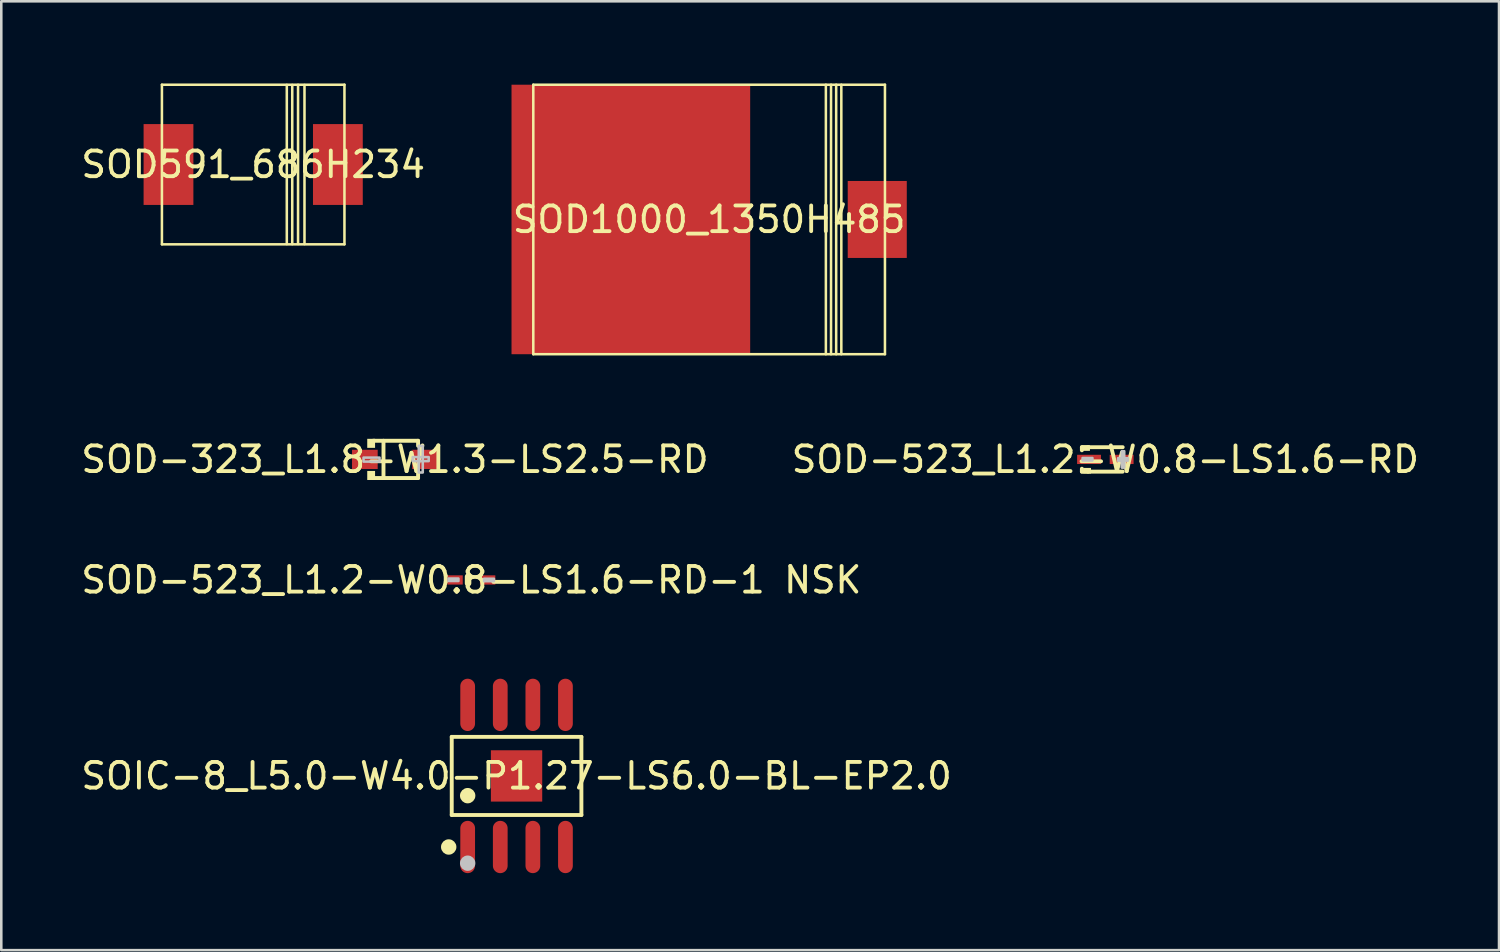
<source format=kicad_pcb>
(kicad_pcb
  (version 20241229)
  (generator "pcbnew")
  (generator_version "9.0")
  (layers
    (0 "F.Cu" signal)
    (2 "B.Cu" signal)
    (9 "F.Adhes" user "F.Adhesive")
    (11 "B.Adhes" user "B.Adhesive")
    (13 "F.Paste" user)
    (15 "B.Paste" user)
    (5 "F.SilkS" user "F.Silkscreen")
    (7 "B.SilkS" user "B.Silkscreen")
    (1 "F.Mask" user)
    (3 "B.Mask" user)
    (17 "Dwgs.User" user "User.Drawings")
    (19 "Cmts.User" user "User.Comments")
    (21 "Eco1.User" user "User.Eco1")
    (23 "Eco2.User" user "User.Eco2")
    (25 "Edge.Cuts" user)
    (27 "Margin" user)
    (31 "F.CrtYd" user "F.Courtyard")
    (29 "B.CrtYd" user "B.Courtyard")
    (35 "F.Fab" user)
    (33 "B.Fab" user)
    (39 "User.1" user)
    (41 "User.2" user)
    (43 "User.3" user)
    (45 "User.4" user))
  (footprint "SOD591_686H234"
    (layer "F.Cu")
    (at 6.815 3.36)
    (property "Reference" "SOD591_686H234" (at 0 0 0) (layer "F.SilkS") (effects (font (size 1 1) (thickness 0.15))))
    (fp_line (start -3.556 3.109) (end -3.556 -3.109) (stroke (width 0.099) (type default)) (layer "F.SilkS"))
    (fp_line (start 1.31 3.099) (end 1.31 -3.102) (stroke (width 0.099) (type default)) (layer "F.SilkS"))
    (fp_line (start 1.522 3.102) (end 1.522 -3.099) (stroke (width 0.099) (type default)) (layer "F.SilkS"))
    (fp_line (start 1.748 3.096) (end 1.748 -3.104) (stroke (width 0.099) (type default)) (layer "F.SilkS"))
    (fp_line (start 1.999 3.099) (end 1.999 -3.099) (stroke (width 0.099) (type default)) (layer "F.SilkS"))
    (fp_line (start 3.556 -3.109) (end -3.556 -3.109) (stroke (width 0.099) (type default)) (layer "F.SilkS"))
    (fp_line (start 3.556 3.109) (end -3.556 3.109) (stroke (width 0.099) (type default)) (layer "F.SilkS"))
    (fp_line (start 3.556 3.109) (end 3.556 -3.109) (stroke (width 0.099) (type default)) (layer "F.SilkS"))
    (fp_line (start -4.471 3.309) (end -4.471 -3.309) (stroke (width 0.025) (type default)) (layer "User.1"))
    (fp_line (start 4.471 -3.309) (end -4.471 -3.309) (stroke (width 0.025) (type default)) (layer "User.1"))
    (fp_line (start 4.471 3.309) (end -4.471 3.309) (stroke (width 0.025) (type default)) (layer "User.1"))
    (fp_line (start 4.471 3.309) (end 4.471 -3.309) (stroke (width 0.025) (type default)) (layer "User.1"))
    (fp_poly (pts (xy -3.556 3.109) (xy -3.556 -3.109) (xy 3.556 -3.109) (xy 3.556 3.109)) (stroke (width 0.1) (type default)) (fill no) (layer "User.1"))
    (fp_poly (pts (xy -3.556 3.109) (xy -3.556 -3.109) (xy 3.556 -3.109) (xy 3.556 3.109)) (stroke (width 0.1) (type default)) (fill no) (layer "User.1"))
    (fp_poly (pts (xy -3.454 -3.309) (xy 4.471 -3.309) (xy 4.471 3.309) (xy -4.471 3.309) (xy -4.471 -3.309) (xy -3.556 -3.309) (xy -3.556 3.109) (xy 3.556 3.109) (xy 3.556 -3.109) (xy -3.454 -3.109)) (stroke (width 0.1) (type default)) (fill no) (layer "User.1"))
    (fp_poly (pts (xy -3.454 -3.309) (xy 4.471 -3.309) (xy 4.471 3.309) (xy -4.471 3.309) (xy -4.471 -3.309) (xy -3.556 -3.309) (xy -3.556 3.109) (xy 3.556 3.109) (xy 3.556 -3.109) (xy -3.454 -3.109)) (stroke (width 0.1) (type default)) (fill no) (layer "User.1"))
    (pad "1" smd rect (at -3.3 0 90) (size 3.15 1.94) (layers "F.Cu" "F.Mask" "F.Paste"))
    (pad "2" smd rect (at 3.3 0 90) (size 3.15 1.94) (layers "F.Cu" "F.Mask" "F.Paste")))
  (footprint "SOD-323_L1.8-W1.3-LS2.5-RD"
    (layer "F.Cu")
    (at 12.339 14.85)
    (property "Reference" "SOD-323_L1.8-W1.3-LS2.5-RD" (at 0 0 0) (layer "F.SilkS") (effects (font (size 1 1) (thickness 0.15))))
    (fp_line (start -0.851 -0.726) (end 0.901 -0.726) (stroke (width 0.152) (type default)) (layer "F.SilkS"))
    (fp_line (start -0.851 0.726) (end 0.901 0.726) (stroke (width 0.152) (type default)) (layer "F.SilkS"))
    (fp_line (start -0.447 -0.726) (end -0.447 0.726) (stroke (width 0.152) (type default)) (layer "F.SilkS"))
    (fp_line (start 0.901 -0.726) (end 0.901 -0.53) (stroke (width 0.152) (type default)) (layer "F.SilkS"))
    (fp_line (start 0.901 0.726) (end 0.901 0.52) (stroke (width 0.152) (type default)) (layer "F.SilkS"))
    (fp_poly (pts (xy -0.775 -0.802) (xy -0.775 -0.45) (xy -1.08 -0.45) (xy -1.08 -0.802)) (stroke (width 0) (type default)) (fill yes) (layer "F.SilkS"))
    (fp_poly (pts (xy -0.775 0.802) (xy -0.775 0.45) (xy -1.08 0.45) (xy -1.08 0.802)) (stroke (width 0) (type default)) (fill yes) (layer "F.SilkS"))
    (fp_poly (pts (xy -1.225 -0.07) (xy -1.225 0.086) (xy -0.601 0.086) (xy -0.601 -0.07)) (stroke (width 0.1) (type default)) (fill no) (layer "Dwgs.User"))
    (fp_poly (pts (xy 1.083 -0.53) (xy 1.083 0.51) (xy 0.927 0.51) (xy 0.927 -0.53)) (stroke (width 0.1) (type default)) (fill no) (layer "Dwgs.User"))
    (fp_poly (pts (xy 1.315 -0.09) (xy 1.315 0.066) (xy 0.691 0.066) (xy 0.691 -0.09)) (stroke (width 0.1) (type default)) (fill no) (layer "Dwgs.User"))
    (fp_poly (pts (xy -0.925 -0.16) (xy -0.925 0.16) (xy -1.225 0.16) (xy -1.225 -0.16)) (stroke (width 0.1) (type default)) (fill no) (layer "User.1"))
    (fp_poly (pts (xy -0.815 -0.16) (xy -0.815 0.16) (xy -0.935 0.16) (xy -0.935 -0.16)) (stroke (width 0.1) (type default)) (fill no) (layer "User.1"))
    (fp_poly (pts (xy 0.985 -0.16) (xy 0.985 0.16) (xy 0.865 0.16) (xy 0.865 -0.16)) (stroke (width 0.1) (type default)) (fill no) (layer "User.1"))
    (fp_poly (pts (xy 1.275 -0.16) (xy 1.275 0.16) (xy 0.975 0.16) (xy 0.975 -0.16)) (stroke (width 0.1) (type default)) (fill no) (layer "User.1"))
    (fp_line (start -0.825 -0.65) (end 0.875 -0.65) (stroke (width 0.051) (type default)) (layer "User.2"))
    (fp_line (start -0.825 0.65) (end -0.825 -0.65) (stroke (width 0.051) (type default)) (layer "User.2"))
    (fp_line (start 0.875 -0.65) (end 0.875 0.65) (stroke (width 0.051) (type default)) (layer "User.2"))
    (fp_line (start 0.875 0.65) (end -0.825 0.65) (stroke (width 0.051) (type default)) (layer "User.2"))
    (fp_poly (pts (xy -1.165 0.65) (xy -1.183 0.608) (xy -1.225 0.59) (xy -1.267 0.608) (xy -1.285 0.65) (xy -1.267 0.692) (xy -1.225 0.71) (xy -1.183 0.692)) (stroke (width 0.1) (type default)) (fill no) (layer "User.3"))
    (pad "1" smd rect (at -1.173 0) (size 1 0.75) (layers "F.Cu" "F.Mask" "F.Paste"))
    (pad "2" smd rect (at 1.173 0) (size 1 0.75) (layers "F.Cu" "F.Mask" "F.Paste")))
  (footprint "SOD-523_L1.2-W0.8-LS1.6-RD"
    (layer "F.Cu")
    (at 40.018 14.85)
    (property "Reference" "SOD-523_L1.2-W0.8-LS1.6-RD" (at 0 0 0) (layer "F.SilkS") (effects (font (size 1 1) (thickness 0.15))))
    (fp_line (start -0.914 -0.476) (end -0.914 -0.355) (stroke (width 0.152) (type default)) (layer "F.SilkS"))
    (fp_line (start -0.914 0.363) (end -0.914 0.476) (stroke (width 0.152) (type default)) (layer "F.SilkS"))
    (fp_line (start -0.914 0.476) (end -0.676 0.476) (stroke (width 0.152) (type default)) (layer "F.SilkS"))
    (fp_line (start -0.676 -0.476) (end -0.914 -0.476) (stroke (width 0.152) (type default)) (layer "F.SilkS"))
    (fp_line (start -0.676 -0.476) (end 0.676 -0.476) (stroke (width 0.152) (type default)) (layer "F.SilkS"))
    (fp_line (start -0.676 0.476) (end 0.676 0.476) (stroke (width 0.152) (type default)) (layer "F.SilkS"))
    (fp_poly (pts (xy -0.6 -0.552) (xy -0.6 -0.333) (xy -0.905 -0.333) (xy -0.905 -0.552)) (stroke (width 0) (type default)) (fill yes) (layer "F.SilkS"))
    (fp_poly (pts (xy -0.559 0.552) (xy -0.559 0.332) (xy -0.865 0.332) (xy -0.865 0.552)) (stroke (width 0) (type default)) (fill yes) (layer "F.SilkS"))
    (fp_poly (pts (xy -0.887 -0.055) (xy -0.887 0.041) (xy -0.503 0.041) (xy -0.503 -0.055)) (stroke (width 0.1) (type default)) (fill no) (layer "Dwgs.User"))
    (fp_poly (pts (xy 0.736 -0.32) (xy 0.736 0.32) (xy 0.64 0.32) (xy 0.64 -0.32)) (stroke (width 0.1) (type default)) (fill no) (layer "Dwgs.User"))
    (fp_poly (pts (xy 0.88 -0.048) (xy 0.88 0.048) (xy 0.496 0.048) (xy 0.496 -0.048)) (stroke (width 0.1) (type default)) (fill no) (layer "Dwgs.User"))
    (fp_poly (pts (xy -0.8 0.15) (xy -0.8 -0.15) (xy -0.2 -0.15) (xy -0.2 0.15)) (stroke (width 0.1) (type default)) (fill no) (layer "User.1"))
    (fp_poly (pts (xy 0.8 0.15) (xy 0.8 -0.15) (xy 0.2 -0.15) (xy 0.2 0.15)) (stroke (width 0.1) (type default)) (fill no) (layer "User.1"))
    (fp_line (start -0.6 -0.4) (end 0.6 -0.4) (stroke (width 0.051) (type default)) (layer "User.2"))
    (fp_line (start -0.6 0.4) (end -0.6 -0.4) (stroke (width 0.051) (type default)) (layer "User.2"))
    (fp_line (start 0.6 -0.4) (end 0.6 0.4) (stroke (width 0.051) (type default)) (layer "User.2"))
    (fp_line (start 0.6 0.4) (end -0.6 0.4) (stroke (width 0.051) (type default)) (layer "User.2"))
    (fp_poly (pts (xy -0.74 0.4) (xy -0.758 0.358) (xy -0.8 0.34) (xy -0.842 0.358) (xy -0.86 0.4) (xy -0.842 0.442) (xy -0.8 0.46) (xy -0.758 0.442)) (stroke (width 0.1) (type default)) (fill no) (layer "User.3"))
    (pad "1" smd rect (at -0.635 0 180) (size 0.93 0.36) (layers "F.Cu" "F.Mask" "F.Paste"))
    (pad "2" smd rect (at 0.635 0 180) (size 0.93 0.36) (layers "F.Cu" "F.Mask" "F.Paste")))
  (footprint "SOIC-8_L5.0-W4.0-P1.27-LS6.0-BL-EP2.0"
    (layer "F.Cu")
    (at 17.077 27.183)
    (property "Reference" "SOIC-8_L5.0-W4.0-P1.27-LS6.0-BL-EP2.0" (at 0 0 0) (layer "F.SilkS") (effects (font (size 1 1) (thickness 0.15))))
    (fp_line (start -2.526 -1.522) (end 2.526 -1.522) (stroke (width 0.152) (type default)) (layer "F.SilkS"))
    (fp_line (start -2.526 1.522) (end -2.526 -1.522) (stroke (width 0.152) (type default)) (layer "F.SilkS"))
    (fp_line (start 2.526 -1.522) (end 2.526 1.522) (stroke (width 0.152) (type default)) (layer "F.SilkS"))
    (fp_line (start 2.526 1.522) (end -2.526 1.522) (stroke (width 0.152) (type default)) (layer "F.SilkS"))
    (fp_circle (center -2.644 2.769) (end -2.494 2.769) (stroke (width 0.3) (type default)) (fill no) (layer "F.SilkS"))
    (fp_circle (center -1.905 0.769) (end -1.755 0.769) (stroke (width 0.3) (type default)) (fill no) (layer "F.SilkS"))
    (fp_circle (center -1.905 3.4) (end -1.755 3.4) (stroke (width 0.3) (type default)) (fill no) (layer "Dwgs.User"))
    (fp_poly (pts (xy -2.11 -3) (xy -2.11 -2.165) (xy -1.7 -2.165) (xy -1.7 -3)) (stroke (width 0.1) (type default)) (fill no) (layer "User.1"))
    (fp_poly (pts (xy -2.11 -2.175) (xy -2.11 -1.94) (xy -1.7 -1.94) (xy -1.7 -2.175)) (stroke (width 0.1) (type default)) (fill no) (layer "User.1"))
    (fp_poly (pts (xy -2.11 2.175) (xy -2.11 1.94) (xy -1.7 1.94) (xy -1.7 2.175)) (stroke (width 0.1) (type default)) (fill no) (layer "User.1"))
    (fp_poly (pts (xy -2.11 3) (xy -2.11 2.165) (xy -1.7 2.165) (xy -1.7 3)) (stroke (width 0.1) (type default)) (fill no) (layer "User.1"))
    (fp_poly (pts (xy -1 1) (xy -1 -1) (xy 1 -1) (xy 1 1)) (stroke (width 0.1) (type default)) (fill no) (layer "User.1"))
    (fp_poly (pts (xy -0.84 -3) (xy -0.84 -2.165) (xy -0.43 -2.165) (xy -0.43 -3)) (stroke (width 0.1) (type default)) (fill no) (layer "User.1"))
    (fp_poly (pts (xy -0.84 -2.175) (xy -0.84 -1.94) (xy -0.43 -1.94) (xy -0.43 -2.175)) (stroke (width 0.1) (type default)) (fill no) (layer "User.1"))
    (fp_poly (pts (xy -0.84 2.175) (xy -0.84 1.94) (xy -0.43 1.94) (xy -0.43 2.175)) (stroke (width 0.1) (type default)) (fill no) (layer "User.1"))
    (fp_poly (pts (xy -0.84 3) (xy -0.84 2.165) (xy -0.43 2.165) (xy -0.43 3)) (stroke (width 0.1) (type default)) (fill no) (layer "User.1"))
    (fp_poly (pts (xy 0.43 -3) (xy 0.43 -2.165) (xy 0.84 -2.165) (xy 0.84 -3)) (stroke (width 0.1) (type default)) (fill no) (layer "User.1"))
    (fp_poly (pts (xy 0.43 -2.175) (xy 0.43 -1.94) (xy 0.84 -1.94) (xy 0.84 -2.175)) (stroke (width 0.1) (type default)) (fill no) (layer "User.1"))
    (fp_poly (pts (xy 0.43 2.175) (xy 0.43 1.94) (xy 0.84 1.94) (xy 0.84 2.175)) (stroke (width 0.1) (type default)) (fill no) (layer "User.1"))
    (fp_poly (pts (xy 0.43 3) (xy 0.43 2.165) (xy 0.84 2.165) (xy 0.84 3)) (stroke (width 0.1) (type default)) (fill no) (layer "User.1"))
    (fp_poly (pts (xy 1.7 -3) (xy 1.7 -2.165) (xy 2.11 -2.165) (xy 2.11 -3)) (stroke (width 0.1) (type default)) (fill no) (layer "User.1"))
    (fp_poly (pts (xy 1.7 -2.175) (xy 1.7 -1.94) (xy 2.11 -1.94) (xy 2.11 -2.175)) (stroke (width 0.1) (type default)) (fill no) (layer "User.1"))
    (fp_poly (pts (xy 1.7 2.175) (xy 1.7 1.94) (xy 2.11 1.94) (xy 2.11 2.175)) (stroke (width 0.1) (type default)) (fill no) (layer "User.1"))
    (fp_poly (pts (xy 1.7 3) (xy 1.7 2.165) (xy 2.11 2.165) (xy 2.11 3)) (stroke (width 0.1) (type default)) (fill no) (layer "User.1"))
    (fp_line (start -2.45 -1.95) (end 2.45 -1.95) (stroke (width 0.051) (type default)) (layer "User.2"))
    (fp_line (start -2.45 1.95) (end -2.45 -1.95) (stroke (width 0.051) (type default)) (layer "User.2"))
    (fp_line (start 2.45 -1.95) (end 2.45 1.95) (stroke (width 0.051) (type default)) (layer "User.2"))
    (fp_line (start 2.45 1.95) (end -2.45 1.95) (stroke (width 0.051) (type default)) (layer "User.2"))
    (fp_poly (pts (xy -2.39 3) (xy -2.408 2.958) (xy -2.45 2.94) (xy -2.492 2.958) (xy -2.51 3) (xy -2.492 3.042) (xy -2.45 3.06) (xy -2.408 3.042)) (stroke (width 0.1) (type default)) (fill no) (layer "User.3"))
    (pad "1" smd oval (at -1.905 2.769) (size 0.574 2.038) (layers "F.Cu" "F.Mask" "F.Paste"))
    (pad "2" smd oval (at -0.635 2.769) (size 0.574 2.038) (layers "F.Cu" "F.Mask" "F.Paste"))
    (pad "3" smd oval (at 0.635 2.769) (size 0.574 2.038) (layers "F.Cu" "F.Mask" "F.Paste"))
    (pad "4" smd oval (at 1.905 2.769) (size 0.574 2.038) (layers "F.Cu" "F.Mask" "F.Paste"))
    (pad "5" smd oval (at 1.905 -2.769) (size 0.574 2.038) (layers "F.Cu" "F.Mask" "F.Paste"))
    (pad "6" smd oval (at 0.635 -2.769) (size 0.574 2.038) (layers "F.Cu" "F.Mask" "F.Paste"))
    (pad "7" smd oval (at -0.635 -2.769) (size 0.574 2.038) (layers "F.Cu" "F.Mask" "F.Paste"))
    (pad "8" smd oval (at -1.905 -2.769) (size 0.574 2.038) (layers "F.Cu" "F.Mask" "F.Paste"))
    (pad "9" smd rect (at 0 0) (size 2 2) (layers "F.Cu" "F.Mask" "F.Paste")))
  (footprint "SOD1000_1350H485"
    (layer "F.Cu")
    (at 24.58 5.501)
    (property "Reference" "SOD1000_1350H485" (at 0 0 0) (layer "F.SilkS") (effects (font (size 1 1) (thickness 0.15))))
    (fp_line (start -6.851 -5.25) (end -6.851 5.25) (stroke (width 0.099) (type default)) (layer "F.SilkS"))
    (fp_line (start 4.549 -5.25) (end 4.549 5.25) (stroke (width 0.099) (type default)) (layer "F.SilkS"))
    (fp_line (start 4.75 -5.25) (end 4.75 5.25) (stroke (width 0.099) (type default)) (layer "F.SilkS"))
    (fp_line (start 4.95 -5.25) (end 4.95 5.25) (stroke (width 0.099) (type default)) (layer "F.SilkS"))
    (fp_line (start 5.151 -5.25) (end 5.151 5.25) (stroke (width 0.099) (type default)) (layer "F.SilkS"))
    (fp_line (start 6.851 -5.25) (end -6.851 -5.25) (stroke (width 0.099) (type default)) (layer "F.SilkS"))
    (fp_line (start 6.851 -5.25) (end 6.851 5.25) (stroke (width 0.099) (type default)) (layer "F.SilkS"))
    (fp_line (start 6.851 5.25) (end -6.851 5.25) (stroke (width 0.099) (type default)) (layer "F.SilkS"))
    (fp_poly (pts (xy -6.551 3.5) (xy -6.551 2.499) (xy -5.601 2.499) (xy -5.601 2.301) (xy -6.551 2.301) (xy -6.551 1.3) (xy -5.601 1.3) (xy -5.601 1.1) (xy -6.551 1.1) (xy -6.551 0.099) (xy -5.601 0.099) (xy -5.601 -0.099) (xy -6.551 -0.099) (xy -6.551 -1.1) (xy -5.601 -1.1) (xy -5.601 -1.3) (xy -6.551 -1.3) (xy -6.551 -2.301) (xy -5.601 -2.301) (xy -5.601 -2.499) (xy -6.551 -2.499) (xy -6.551 -3.5) (xy -5.55 -3.5) (xy -5.55 0.099) (xy -5.352 0.099) (xy -5.301 0.099) (xy -4.399 0.099) (xy -4.399 -0.099) (xy -5.352 -0.099) (xy -5.352 -1.1) (xy -4.399 -1.1) (xy -4.399 -1.3) (xy -5.352 -1.3) (xy -5.352 -3.5) (xy -4.351 -3.5) (xy -4.351 -2.499) (xy -5.301 -2.499) (xy -5.301 -2.301) (xy -4.351 -2.301) (xy -4.351 -0.15) (xy -4.151 -0.15) (xy -4.151 -1.1) (xy -3.15 -1.1) (xy -3.15 -0.15) (xy -2.951 -0.15) (xy -2.951 -1.1) (xy -1.95 -1.1) (xy -1.95 -0.15) (xy -1.75 -0.15) (xy -1.75 -1.1) (xy -0.8 -1.1) (xy -0.8 -1.3) (xy -4.151 -1.3) (xy -4.151 -2.301) (xy -3.2 -2.301) (xy -3.2 -2.499) (xy -4.151 -2.499) (xy -4.151 -3.5) (xy -3.15 -3.5) (xy -3.15 -1.349) (xy -2.951 -1.349) (xy -2.951 -2.304) (xy -2.901 -2.304) (xy -2.901 -2.301) (xy -2.002 -2.301) (xy -2.002 -2.499) (xy -2.86 -2.499) (xy -2.86 -2.502) (xy -2.951 -2.502) (xy -2.951 -3.5) (xy -1.95 -3.5) (xy -1.95 -1.349) (xy -1.75 -1.349) (xy -1.75 -3.5) (xy -0.75 -3.5) (xy -0.75 -2.499) (xy -1.702 -2.499) (xy -1.702 -2.301) (xy -0.75 -2.301) (xy -0.75 0.099) (xy -0.551 0.099) (xy -0.551 -2.499) (xy -0.548 -2.499) (xy -0.548 -2.55) (xy -0.551 -2.55) (xy -0.551 -3.5) (xy 0.45 -3.5) (xy 0.45 -2.499) (xy -0.5 -2.499) (xy -0.5 -2.301) (xy 0.45 -2.301) (xy 0.45 -1.3) (xy -0.5 -1.3) (xy -0.5 -1.1) (xy 0.45 -1.1) (xy 0.45 -0.099) (xy -0.5 -0.099) (xy -0.5 0.099) (xy 0.45 0.099) (xy 0.45 1.1) (xy -0.5 1.1) (xy -0.5 1.3) (xy 0.45 1.3) (xy 0.45 2.301) (xy -0.5 2.301) (xy -0.5 2.499) (xy 0.45 2.499) (xy 0.45 3.5) (xy -0.551 3.5) (xy -0.551 0.15) (xy -0.75 0.15) (xy -0.75 3.5) (xy -1.75 3.5) (xy -1.75 2.499) (xy -0.8 2.499) (xy -0.8 2.301) (xy -2.901 2.301) (xy -2.901 2.499) (xy -1.95 2.499) (xy -1.95 3.5) (xy -2.951 3.5) (xy -2.951 2.301) (xy -3.15 2.301) (xy -3.15 3.5) (xy -4.151 3.5) (xy -4.151 2.499) (xy -3.2 2.499) (xy -3.2 2.301) (xy -4.151 2.301) (xy -4.151 1.3) (xy -3.15 1.3) (xy -3.15 2.251) (xy -2.951 2.251) (xy -2.951 1.3) (xy -1.95 1.3) (xy -1.95 2.251) (xy -1.75 2.251) (xy -1.75 1.3) (xy -0.8 1.3) (xy -0.8 1.1) (xy -4.151 1.1) (xy -4.151 0.099) (xy -3.15 0.099) (xy -3.15 1.049) (xy -2.951 1.049) (xy -2.951 0.099) (xy -1.95 0.099) (xy -1.95 1.049) (xy -1.75 1.049) (xy -1.75 0.099) (xy -0.8 0.099) (xy -0.8 -0.099) (xy -4.351 -0.099) (xy -4.351 2.301) (xy -5.301 2.301) (xy -5.301 2.499) (xy -4.351 2.499) (xy -4.351 3.5) (xy -5.352 3.5) (xy -5.352 1.3) (xy -4.399 1.3) (xy -4.399 1.1) (xy -5.352 1.1) (xy -5.352 0.15) (xy -5.55 0.15) (xy -5.55 3.5)) (stroke (width 0) (type default)) (fill yes) (layer "F.Paste"))
    (fp_line (start -7.899 -5.451) (end -7.899 5.451) (stroke (width 0.025) (type default)) (layer "User.1"))
    (fp_line (start 7.899 -5.451) (end -7.899 -5.451) (stroke (width 0.025) (type default)) (layer "User.1"))
    (fp_line (start 7.899 -5.451) (end 7.899 5.451) (stroke (width 0.025) (type default)) (layer "User.1"))
    (fp_line (start 7.899 5.451) (end -7.899 5.451) (stroke (width 0.025) (type default)) (layer "User.1"))
    (fp_poly (pts (xy -6.851 -5.25) (xy -6.851 5.25) (xy 6.851 5.25) (xy 6.851 -5.25)) (stroke (width 0.1) (type default)) (fill no) (layer "User.1"))
    (fp_poly (pts (xy -6.851 -5.25) (xy -6.851 5.25) (xy 6.851 5.25) (xy 6.851 -5.25)) (stroke (width 0.1) (type default)) (fill no) (layer "User.1"))
    (fp_poly (pts (xy -6.649 -5.451) (xy 7.899 -5.451) (xy 7.899 5.451) (xy -7.899 5.451) (xy -7.899 -5.451) (xy -6.851 -5.451) (xy -6.851 5.25) (xy 6.851 5.25) (xy 6.851 -5.25) (xy -6.649 -5.25)) (stroke (width 0.1) (type default)) (fill no) (layer "User.1"))
    (fp_poly (pts (xy -6.649 -5.451) (xy 7.899 -5.451) (xy 7.899 5.451) (xy -7.899 5.451) (xy -7.899 -5.451) (xy -6.851 -5.451) (xy -6.851 5.25) (xy 6.851 5.25) (xy 6.851 -5.25) (xy -6.649 -5.25)) (stroke (width 0.1) (type default)) (fill no) (layer "User.1"))
    (pad "1" smd rect (at -3.05 0 180) (size 9.299 10.501) (layers "F.Cu" "F.Mask" "F.Paste"))
    (pad "2" smd rect (at 6.551 0 180) (size 2.301 2.999) (layers "F.Cu" "F.Mask" "F.Paste")))
  (footprint "SOD-523_L1.2-W0.8-LS1.6-RD-1 NSK"
    (layer "F.Cu")
    (at 15.315 19.547)
    (property "Reference" "SOD-523_L1.2-W0.8-LS1.6-RD-1 NSK" (at 0 0 0) (layer "F.SilkS") (effects (font (size 1 1) (thickness 0.15))))
    (fp_line (start -0.127 -0.127) (end -0.127 0.127) (stroke (width 0.254) (type default)) (layer "F.SilkS"))
    (fp_poly (pts (xy -0.887 -0.055) (xy -0.887 0.041) (xy -0.503 0.041) (xy -0.503 -0.055)) (stroke (width 0.1) (type default)) (fill no) (layer "Dwgs.User"))
    (fp_poly (pts (xy 0.88 -0.048) (xy 0.88 0.048) (xy 0.496 0.048) (xy 0.496 -0.048)) (stroke (width 0.1) (type default)) (fill no) (layer "Dwgs.User"))
    (fp_poly (pts (xy -0.8 0.15) (xy -0.8 -0.15) (xy -0.5 -0.15) (xy -0.5 0.15)) (stroke (width 0.1) (type default)) (fill no) (layer "User.1"))
    (fp_poly (pts (xy 0.8 0.15) (xy 0.8 -0.15) (xy 0.5 -0.15) (xy 0.5 0.15)) (stroke (width 0.1) (type default)) (fill no) (layer "User.1"))
    (fp_line (start -0.6 -0.4) (end 0.6 -0.4) (stroke (width 0.051) (type default)) (layer "User.2"))
    (fp_line (start -0.6 0.4) (end -0.6 -0.4) (stroke (width 0.051) (type default)) (layer "User.2"))
    (fp_line (start 0.6 -0.4) (end 0.6 0.4) (stroke (width 0.051) (type default)) (layer "User.2"))
    (fp_line (start 0.6 0.4) (end -0.6 0.4) (stroke (width 0.051) (type default)) (layer "User.2"))
    (fp_poly (pts (xy -0.74 0.4) (xy -0.758 0.358) (xy -0.8 0.34) (xy -0.842 0.358) (xy -0.86 0.4) (xy -0.842 0.442) (xy -0.8 0.46) (xy -0.758 0.442)) (stroke (width 0.1) (type default)) (fill no) (layer "User.3"))
    (pad "1" smd rect (at -0.635 0 180) (size 0.6 0.36) (layers "F.Cu" "F.Mask" "F.Paste"))
    (pad "2" smd rect (at 0.635 0 180) (size 0.6 0.36) (layers "F.Cu" "F.Mask" "F.Paste")))
  (gr_rect
    (start -3 -3)
    (end 55.357 33.971)
    (stroke (width 0.1) (type default))
    (fill no)
    (layer "Edge.Cuts")))
</source>
